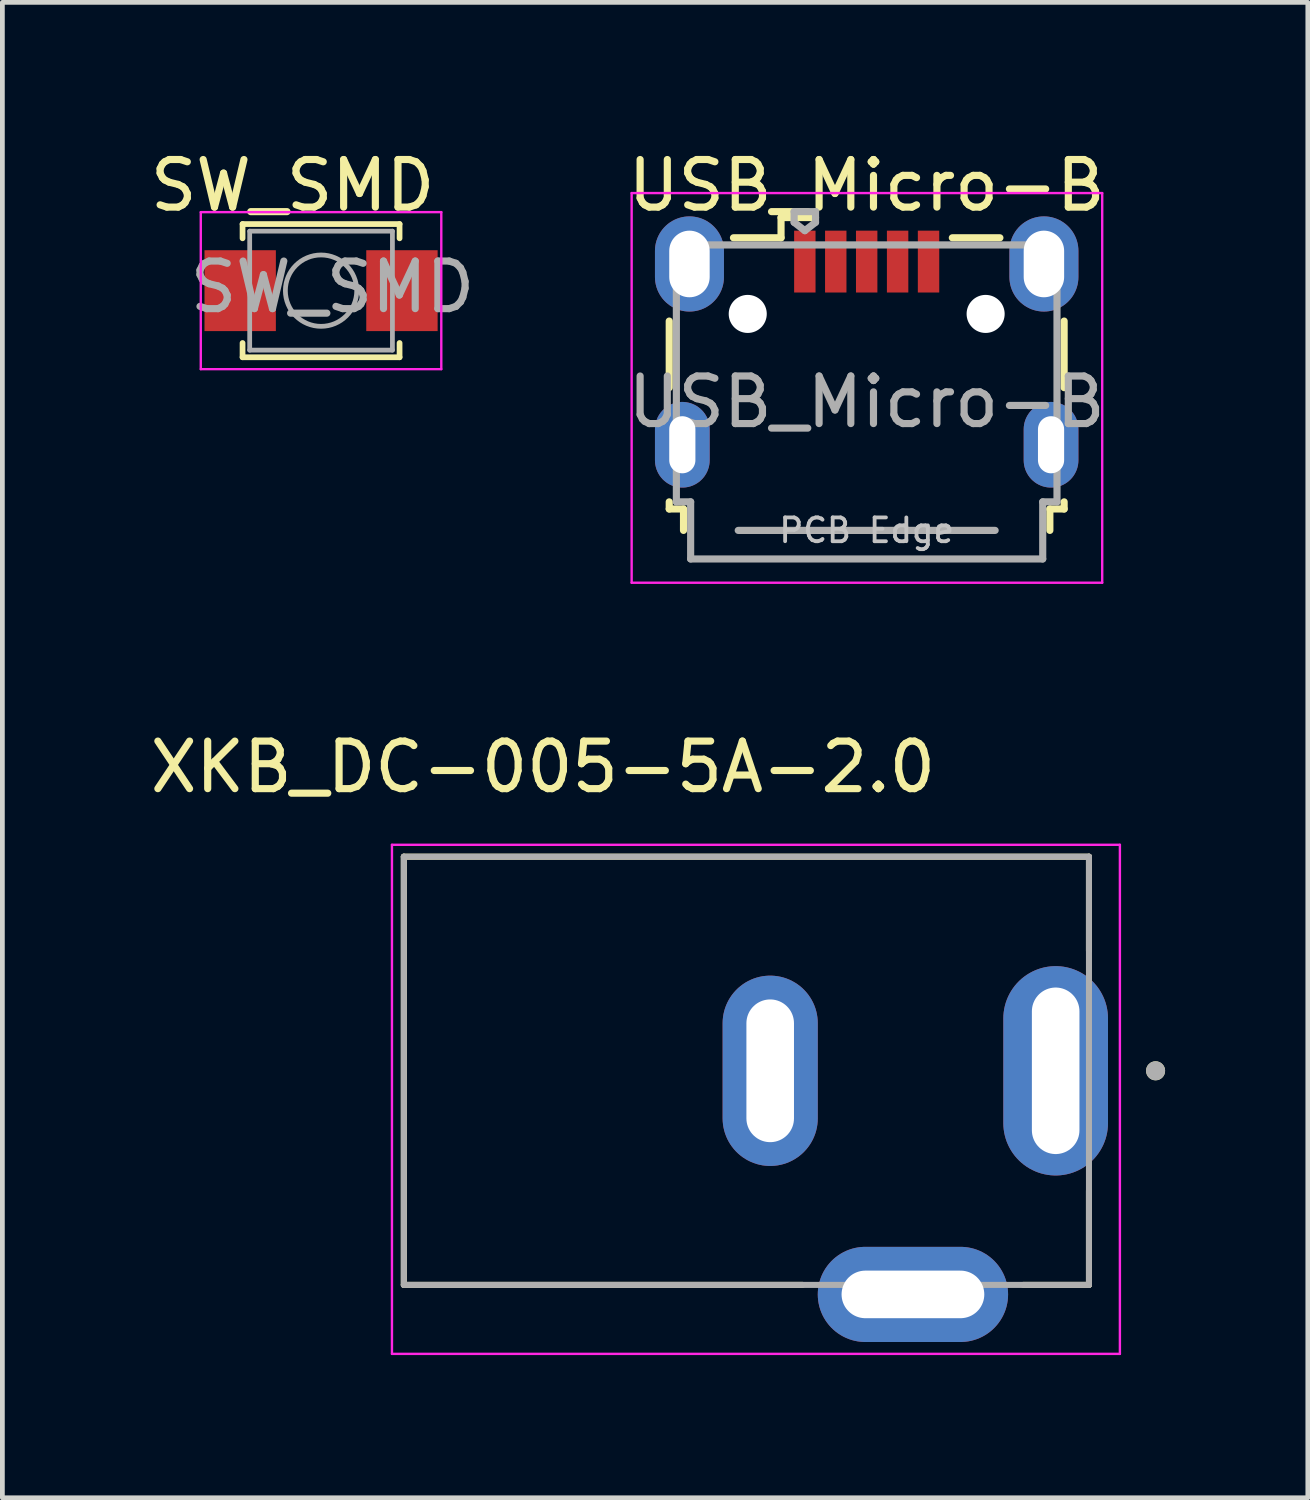
<source format=kicad_pcb>
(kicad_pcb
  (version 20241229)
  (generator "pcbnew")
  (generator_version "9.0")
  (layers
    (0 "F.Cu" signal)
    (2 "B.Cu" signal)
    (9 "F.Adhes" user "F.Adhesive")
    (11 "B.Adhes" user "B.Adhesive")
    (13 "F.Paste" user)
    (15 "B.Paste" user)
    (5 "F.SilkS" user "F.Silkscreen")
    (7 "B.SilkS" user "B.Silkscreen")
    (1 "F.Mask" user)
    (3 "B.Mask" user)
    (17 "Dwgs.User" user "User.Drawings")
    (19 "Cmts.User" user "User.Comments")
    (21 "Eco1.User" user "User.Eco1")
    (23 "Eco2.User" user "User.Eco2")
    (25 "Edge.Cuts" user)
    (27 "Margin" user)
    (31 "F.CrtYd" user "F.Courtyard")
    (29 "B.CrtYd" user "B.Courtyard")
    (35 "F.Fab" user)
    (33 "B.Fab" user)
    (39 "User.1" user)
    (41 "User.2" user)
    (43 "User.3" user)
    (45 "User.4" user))
  (footprint "XKB_DC-005-5A-2.0"
    (layer "F.Cu")
    (at 13.138 19.456)
    (property "Reference" "XKB_DC-005-5A-2.0" (at -4.775 -6.385 0) (layer "F.SilkS") (effects (font (size 1 1) (thickness 0.15))))
    (attr through_hole)
    (fp_line (start -7.7 -4.5) (end 6.7 -4.5) (stroke (width 0.127) (type solid)) (layer "F.SilkS"))
    (fp_line (start -7.7 4.5) (end -7.7 -4.5) (stroke (width 0.127) (type solid)) (layer "F.SilkS"))
    (fp_line (start 0.68 4.5) (end -7.7 4.5) (stroke (width 0.127) (type solid)) (layer "F.SilkS"))
    (fp_line (start 6.7 -4.5) (end 6.7 -2.52) (stroke (width 0.127) (type solid)) (layer "F.SilkS"))
    (fp_line (start 6.7 4.5) (end 5.32 4.5) (stroke (width 0.127) (type solid)) (layer "F.SilkS"))
    (fp_line (start 6.7 4.5) (end 6.7 2.52) (stroke (width 0.127) (type solid)) (layer "F.SilkS"))
    (fp_circle (center 8.1 0) (end 8.2 0) (stroke (width 0.2) (type solid)) (fill no) (layer "F.SilkS"))
    (fp_line (start -7.95 -4.75) (end -7.95 5.95) (stroke (width 0.05) (type solid)) (layer "F.CrtYd"))
    (fp_line (start -7.95 5.95) (end 7.35 5.95) (stroke (width 0.05) (type solid)) (layer "F.CrtYd"))
    (fp_line (start 7.35 -4.75) (end -7.95 -4.75) (stroke (width 0.05) (type solid)) (layer "F.CrtYd"))
    (fp_line (start 7.35 5.95) (end 7.35 -4.75) (stroke (width 0.05) (type solid)) (layer "F.CrtYd"))
    (fp_line (start -7.7 -4.5) (end 6.7 -4.5) (stroke (width 0.127) (type solid)) (layer "F.Fab"))
    (fp_line (start -7.7 4.5) (end -7.7 -4.5) (stroke (width 0.127) (type solid)) (layer "F.Fab"))
    (fp_line (start 6.7 -4.5) (end 6.7 4.5) (stroke (width 0.127) (type solid)) (layer "F.Fab"))
    (fp_line (start 6.7 4.5) (end -7.7 4.5) (stroke (width 0.127) (type solid)) (layer "F.Fab"))
    (fp_circle (center 8.1 0) (end 8.2 0) (stroke (width 0.2) (type solid)) (fill no) (layer "F.Fab"))
    (pad "1" thru_hole oval (at 6 0) (size 2.2 4.4) (drill oval 1 3.5) (layers "*.Cu" "*.Mask"))
    (pad "2" thru_hole oval (at 0 0) (size 2 4) (drill oval 1 3) (layers "*.Cu" "*.Mask"))
    (pad "3" thru_hole oval (at 3 4.7) (size 4 2) (drill oval 3 1) (layers "*.Cu" "*.Mask")))
  (footprint "USB_Micro-B"
    (layer "F.Cu")
    (at 15.166 4.348)
    (property "Reference" "USB_Micro-B" (at 0 -3.5 0) (layer "F.SilkS") (effects (font (size 1 1) (thickness 0.15))))
    (attr smd)
    (fp_line (start -4.15 -0.65) (end -4.15 0.75) (stroke (width 0.15) (type solid)) (layer "F.SilkS"))
    (fp_line (start -4.15 3.15) (end -4.15 3.3) (stroke (width 0.15) (type solid)) (layer "F.SilkS"))
    (fp_line (start -4.15 3.3) (end -3.85 3.3) (stroke (width 0.15) (type solid)) (layer "F.SilkS"))
    (fp_line (start -3.85 3.3) (end -3.85 3.75) (stroke (width 0.15) (type solid)) (layer "F.SilkS"))
    (fp_line (start -1.8 -2.825) (end -1.8 -2.4) (stroke (width 0.15) (type solid)) (layer "F.SilkS"))
    (fp_line (start -1.8 -2.4) (end -2.8 -2.4) (stroke (width 0.15) (type solid)) (layer "F.SilkS"))
    (fp_line (start -1.075 -2.825) (end -1.8 -2.825) (stroke (width 0.15) (type solid)) (layer "F.SilkS"))
    (fp_line (start 1.8 -2.4) (end 2.8 -2.4) (stroke (width 0.15) (type solid)) (layer "F.SilkS"))
    (fp_line (start 3.85 3.3) (end 4.15 3.3) (stroke (width 0.15) (type solid)) (layer "F.SilkS"))
    (fp_line (start 3.85 3.75) (end 3.85 3.3) (stroke (width 0.15) (type solid)) (layer "F.SilkS"))
    (fp_line (start 4.15 0.75) (end 4.15 -0.65) (stroke (width 0.15) (type solid)) (layer "F.SilkS"))
    (fp_line (start 4.15 3.3) (end 4.15 3.15) (stroke (width 0.15) (type solid)) (layer "F.SilkS"))
    (fp_line (start -4.94 -3.34) (end -4.94 4.85) (stroke (width 0.05) (type solid)) (layer "F.CrtYd"))
    (fp_line (start -4.94 4.85) (end 4.95 4.85) (stroke (width 0.05) (type solid)) (layer "F.CrtYd"))
    (fp_line (start 4.95 -3.34) (end -4.94 -3.34) (stroke (width 0.05) (type solid)) (layer "F.CrtYd"))
    (fp_line (start 4.95 4.85) (end 4.95 -3.34) (stroke (width 0.05) (type solid)) (layer "F.CrtYd"))
    (fp_line (start -4 -2.25) (end -4 3.15) (stroke (width 0.15) (type solid)) (layer "F.Fab"))
    (fp_line (start -4 3.15) (end -3.7 3.15) (stroke (width 0.15) (type solid)) (layer "F.Fab"))
    (fp_line (start -3.7 3.15) (end -3.7 4.35) (stroke (width 0.15) (type solid)) (layer "F.Fab"))
    (fp_line (start -3.7 4.35) (end 3.7 4.35) (stroke (width 0.15) (type solid)) (layer "F.Fab"))
    (fp_line (start -2.7 3.75) (end 2.7 3.75) (stroke (width 0.15) (type solid)) (layer "F.Fab"))
    (fp_line (start -1.525 -2.95) (end -1.075 -2.95) (stroke (width 0.15) (type solid)) (layer "F.Fab"))
    (fp_line (start -1.525 -2.725) (end -1.525 -2.95) (stroke (width 0.15) (type solid)) (layer "F.Fab"))
    (fp_line (start -1.3 -2.55) (end -1.525 -2.725) (stroke (width 0.15) (type solid)) (layer "F.Fab"))
    (fp_line (start -1.075 -2.95) (end -1.075 -2.725) (stroke (width 0.15) (type solid)) (layer "F.Fab"))
    (fp_line (start -1.075 -2.725) (end -1.3 -2.55) (stroke (width 0.15) (type solid)) (layer "F.Fab"))
    (fp_line (start 3.7 3.15) (end 4 3.15) (stroke (width 0.15) (type solid)) (layer "F.Fab"))
    (fp_line (start 3.7 4.35) (end 3.7 3.15) (stroke (width 0.15) (type solid)) (layer "F.Fab"))
    (fp_line (start 4 -2.25) (end -4 -2.25) (stroke (width 0.15) (type solid)) (layer "F.Fab"))
    (fp_line (start 4 3.15) (end 4 -2.25) (stroke (width 0.15) (type solid)) (layer "F.Fab"))
    (fp_text user "PCB Edge" (at 0 3.75 0) (layer "Dwgs.User") (effects (font (size 0.5 0.5) (thickness 0.08))))
    (fp_text user "${REFERENCE}" (at 0 1.05 0) (layer "F.Fab") (effects (font (size 1 1) (thickness 0.15))))
    (pad "" np_thru_hole oval (at -2.5 -0.8) (size 0.8 0.8) (drill 0.8) (layers "*.Cu" "*.Mask"))
    (pad "" np_thru_hole oval (at 2.5 -0.8) (size 0.8 0.8) (drill 0.8) (layers "*.Cu" "*.Mask"))
    (pad "1" smd rect (at -1.3 -1.9) (size 0.45 1.3) (layers "F.Cu" "F.Mask" "F.Paste"))
    (pad "2" smd rect (at -0.65 -1.9) (size 0.45 1.3) (layers "F.Cu" "F.Mask" "F.Paste"))
    (pad "3" smd rect (at 0 -1.9) (size 0.45 1.3) (layers "F.Cu" "F.Mask" "F.Paste"))
    (pad "4" smd rect (at 0.65 -1.9) (size 0.45 1.3) (layers "F.Cu" "F.Mask" "F.Paste"))
    (pad "5" smd rect (at 1.3 -1.9) (size 0.45 1.3) (layers "F.Cu" "F.Mask" "F.Paste"))
    (pad "6" thru_hole oval (at -3.875 1.95) (size 1.15 1.8) (drill oval 0.55 1.2) (layers "*.Cu" "*.Mask"))
    (pad "6" thru_hole oval (at -3.725 -1.85) (size 1.45 2) (drill oval 0.85 1.4) (layers "*.Cu" "*.Mask"))
    (pad "6" thru_hole oval (at 3.725 -1.85) (size 1.45 2) (drill oval 0.85 1.4) (layers "*.Cu" "*.Mask"))
    (pad "6" thru_hole oval (at 3.875 1.95) (size 1.15 1.8) (drill oval 0.55 1.2) (layers "*.Cu" "*.Mask")))
  (footprint "SW_SMD"
    (layer "F.Cu")
    (at 3.685 3.058)
    (property "Reference" "SW_SMD" (at -0.584 -2.21 0) (layer "F.SilkS") (effects (font (size 1 1) (thickness 0.15))))
    (attr smd)
    (fp_line (start -1.637 -1.399) (end 1.663 -1.399) (stroke (width 0.12) (type solid)) (layer "F.SilkS"))
    (fp_line (start -1.637 -1.099) (end -1.637 -1.399) (stroke (width 0.12) (type solid)) (layer "F.SilkS"))
    (fp_line (start -1.637 1.101) (end -1.637 1.401) (stroke (width 0.12) (type solid)) (layer "F.SilkS"))
    (fp_line (start -1.637 1.401) (end 1.663 1.401) (stroke (width 0.12) (type solid)) (layer "F.SilkS"))
    (fp_line (start 1.663 -1.399) (end 1.663 -1.099) (stroke (width 0.12) (type solid)) (layer "F.SilkS"))
    (fp_line (start 1.663 1.401) (end 1.663 1.101) (stroke (width 0.12) (type solid)) (layer "F.SilkS"))
    (fp_line (start -2.515 -1.649) (end -2.515 1.651) (stroke (width 0.05) (type solid)) (layer "F.CrtYd"))
    (fp_line (start -2.515 1.651) (end 2.54 1.651) (stroke (width 0.05) (type solid)) (layer "F.CrtYd"))
    (fp_line (start 2.54 -1.649) (end -2.515 -1.649) (stroke (width 0.05) (type solid)) (layer "F.CrtYd"))
    (fp_line (start 2.54 1.65) (end 2.54 -1.65) (stroke (width 0.05) (type solid)) (layer "F.CrtYd"))
    (fp_line (start -1.487 -1.249) (end 1.513 -1.249) (stroke (width 0.1) (type solid)) (layer "F.Fab"))
    (fp_line (start -1.487 1.251) (end -1.487 -1.249) (stroke (width 0.1) (type solid)) (layer "F.Fab"))
    (fp_line (start 1.513 -1.249) (end 1.513 1.251) (stroke (width 0.1) (type solid)) (layer "F.Fab"))
    (fp_line (start 1.513 1.251) (end -1.487 1.251) (stroke (width 0.1) (type solid)) (layer "F.Fab"))
    (fp_circle (center 0.013 0.001) (end 0.763 0.001) (stroke (width 0.1) (type solid)) (fill no) (layer "F.Fab"))
    (fp_text user "${REFERENCE}" (at 0.254 -0.076 0) (layer "F.Fab") (effects (font (size 1 1) (thickness 0.15))))
    (pad "1" smd rect (at -1.687 0.001) (size 1.5 1.7) (layers "F.Cu" "F.Mask" "F.Paste"))
    (pad "2" smd rect (at 1.713 0.001) (size 1.5 1.7) (layers "F.Cu" "F.Mask" "F.Paste")))
  (gr_rect
    (start -3 -3)
    (end 24.438 28.431)
    (stroke (width 0.1) (type default))
    (fill no)
    (layer "Edge.Cuts")))
</source>
